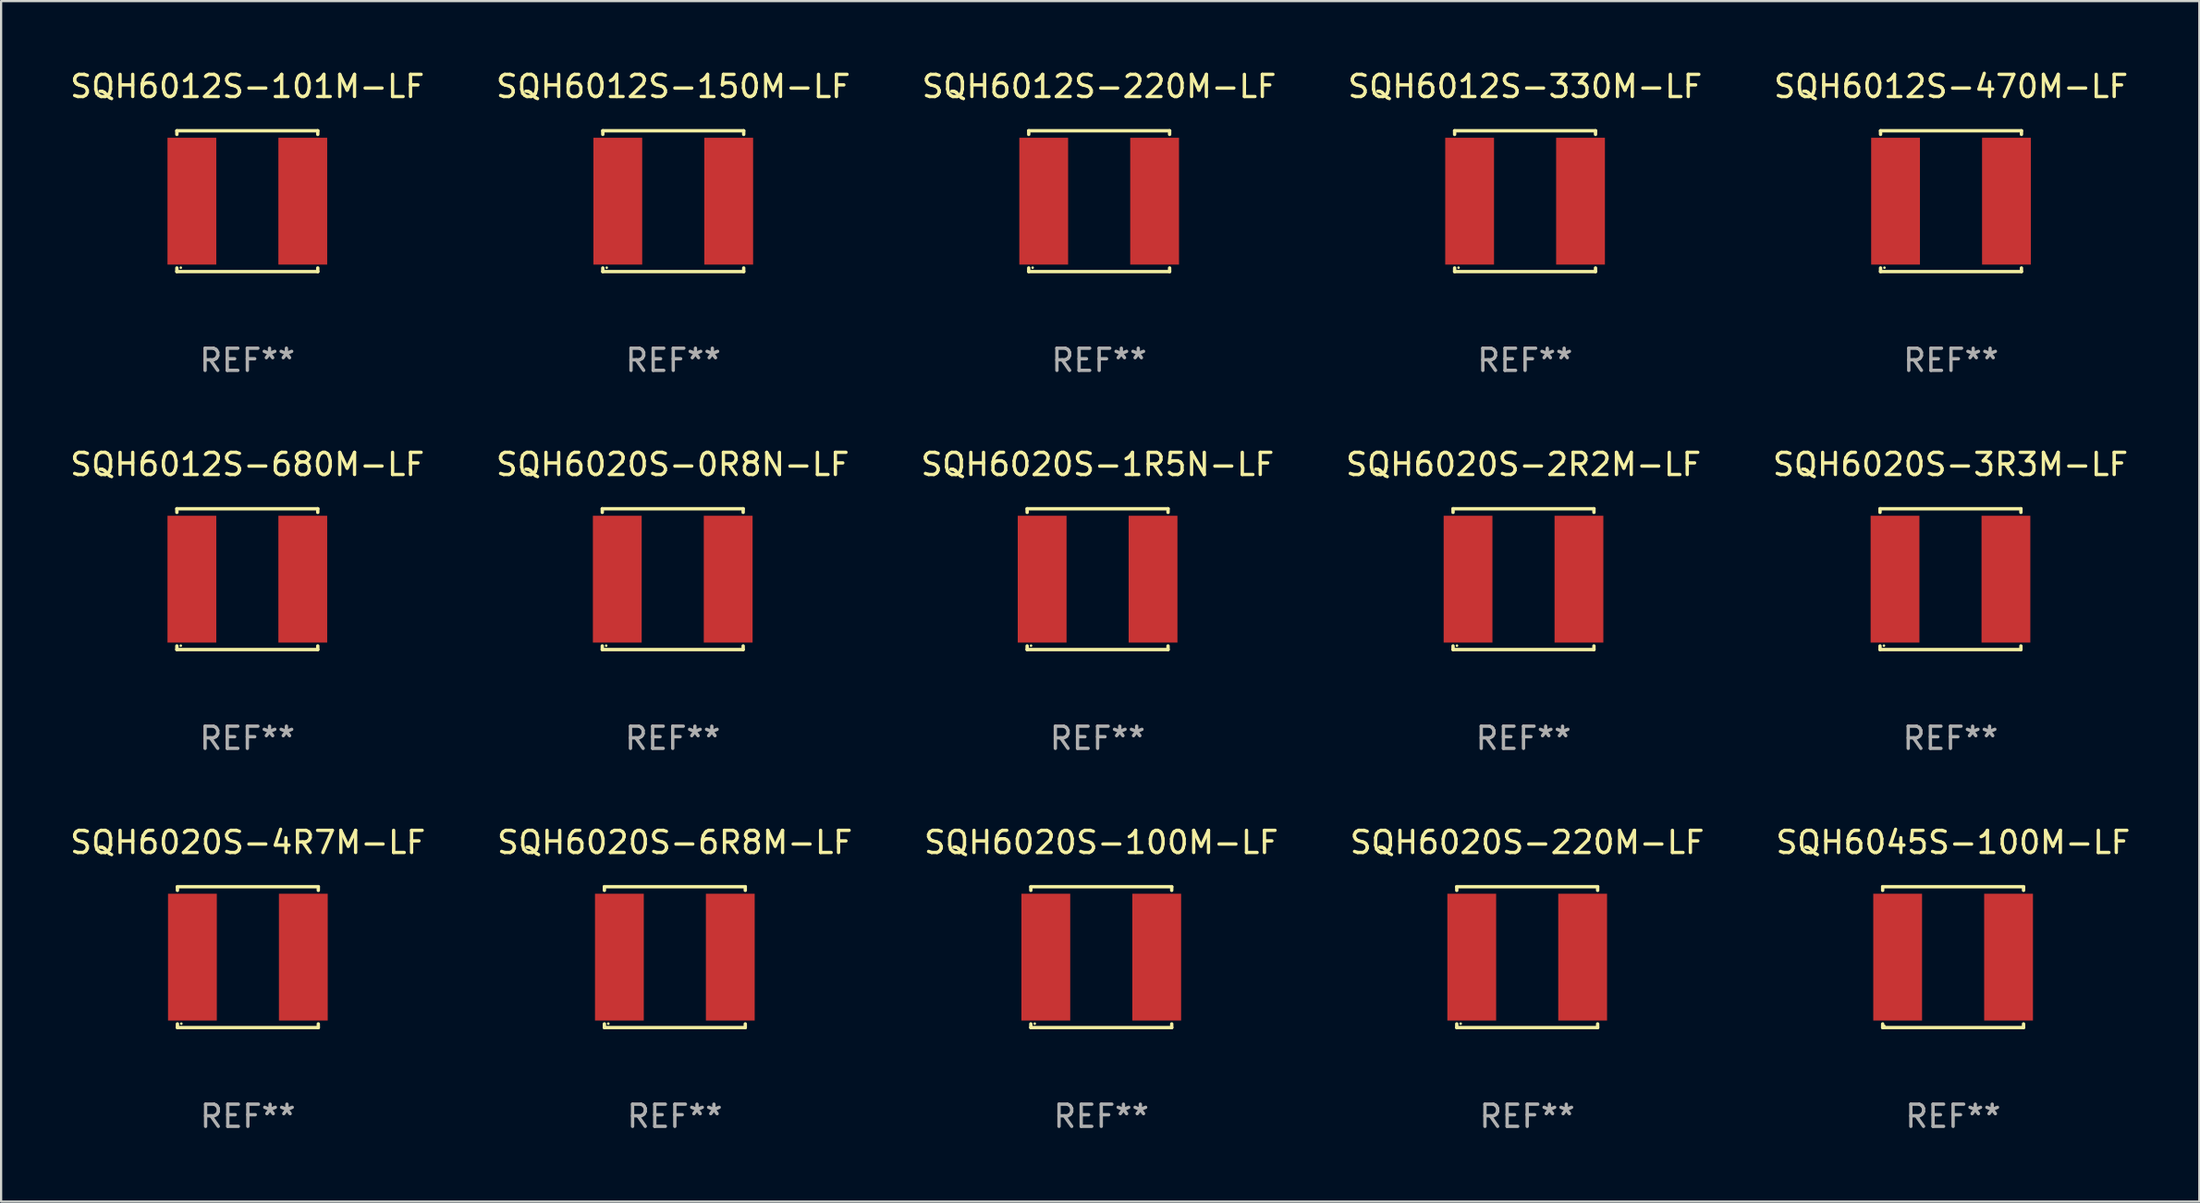
<source format=kicad_pcb>
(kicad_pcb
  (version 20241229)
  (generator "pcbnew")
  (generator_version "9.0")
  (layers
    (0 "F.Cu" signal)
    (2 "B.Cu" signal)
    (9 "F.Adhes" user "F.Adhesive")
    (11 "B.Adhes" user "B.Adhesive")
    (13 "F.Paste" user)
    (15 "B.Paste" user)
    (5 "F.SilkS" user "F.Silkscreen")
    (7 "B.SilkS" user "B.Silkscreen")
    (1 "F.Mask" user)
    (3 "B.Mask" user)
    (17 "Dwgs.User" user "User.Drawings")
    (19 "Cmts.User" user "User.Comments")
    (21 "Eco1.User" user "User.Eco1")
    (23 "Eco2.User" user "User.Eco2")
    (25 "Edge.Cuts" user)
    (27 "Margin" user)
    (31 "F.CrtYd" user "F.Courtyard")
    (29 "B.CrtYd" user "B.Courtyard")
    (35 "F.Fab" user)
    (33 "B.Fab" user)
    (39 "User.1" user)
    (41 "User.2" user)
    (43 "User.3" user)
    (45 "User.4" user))
  (footprint "SQH6012S-220M-LF"
    (layer "F.Cu")
    (at 46.506 6.024)
    (property "Reference" "SQH6012S-220M-LF" (at 0 -5.176 0) (layer "F.SilkS") (effects (font (size 1 1) (thickness 0.15))))
    (attr through_hole)
    (fp_line (start -3.176 -3.176) (end 3.176 -3.176) (stroke (width 0.152) (type solid)) (layer "F.SilkS"))
    (fp_line (start -3.176 -3.012) (end -3.176 -3.176) (stroke (width 0.152) (type solid)) (layer "F.SilkS"))
    (fp_line (start -3.176 3.012) (end -3.176 3.176) (stroke (width 0.152) (type solid)) (layer "F.SilkS"))
    (fp_line (start -3.176 3.176) (end 3.176 3.176) (stroke (width 0.152) (type solid)) (layer "F.SilkS"))
    (fp_line (start 3.176 -3.176) (end 3.176 -3.012) (stroke (width 0.152) (type solid)) (layer "F.SilkS"))
    (fp_line (start 3.176 3.176) (end 3.176 3.012) (stroke (width 0.152) (type solid)) (layer "F.SilkS"))
    (fp_circle (center -3 3) (end -2.97 3) (stroke (width 0.06) (type solid)) (fill no) (layer "F.SilkS"))
    (fp_text user "REF**" (at 0 7.176 0) (layer "F.Fab") (effects (font (size 1 1) (thickness 0.15))))
    (pad "1" smd rect (at -2.5 0) (size 2.2 5.72) (layers "F.Cu" "F.Mask" "F.Paste"))
    (pad "2" smd rect (at 2.5 0) (size 2.2 5.72) (layers "F.Cu" "F.Mask" "F.Paste")))
  (footprint "SQH6012S-470M-LF"
    (layer "F.Cu")
    (at 84.911 6.024)
    (property "Reference" "SQH6012S-470M-LF" (at 0 -5.176 0) (layer "F.SilkS") (effects (font (size 1 1) (thickness 0.15))))
    (attr through_hole)
    (fp_line (start -3.176 -3.176) (end 3.176 -3.176) (stroke (width 0.152) (type solid)) (layer "F.SilkS"))
    (fp_line (start -3.176 -3.012) (end -3.176 -3.176) (stroke (width 0.152) (type solid)) (layer "F.SilkS"))
    (fp_line (start -3.176 3.012) (end -3.176 3.176) (stroke (width 0.152) (type solid)) (layer "F.SilkS"))
    (fp_line (start -3.176 3.176) (end 3.176 3.176) (stroke (width 0.152) (type solid)) (layer "F.SilkS"))
    (fp_line (start 3.176 -3.176) (end 3.176 -3.012) (stroke (width 0.152) (type solid)) (layer "F.SilkS"))
    (fp_line (start 3.176 3.176) (end 3.176 3.012) (stroke (width 0.152) (type solid)) (layer "F.SilkS"))
    (fp_circle (center -3 3) (end -2.97 3) (stroke (width 0.06) (type solid)) (fill no) (layer "F.SilkS"))
    (fp_text user "REF**" (at 0 7.176 0) (layer "F.Fab") (effects (font (size 1 1) (thickness 0.15))))
    (pad "1" smd rect (at -2.5 0) (size 2.2 5.72) (layers "F.Cu" "F.Mask" "F.Paste"))
    (pad "2" smd rect (at 2.5 0) (size 2.2 5.72) (layers "F.Cu" "F.Mask" "F.Paste")))
  (footprint "SQH6045S-100M-LF"
    (layer "F.Cu")
    (at 85.006 40.122)
    (property "Reference" "SQH6045S-100M-LF" (at 0 -5.176 0) (layer "F.SilkS") (effects (font (size 1 1) (thickness 0.15))))
    (attr through_hole)
    (fp_line (start -3.176 -3.176) (end 3.176 -3.176) (stroke (width 0.152) (type solid)) (layer "F.SilkS"))
    (fp_line (start -3.176 -3.012) (end -3.176 -3.176) (stroke (width 0.152) (type solid)) (layer "F.SilkS"))
    (fp_line (start -3.176 3.012) (end -3.176 3.176) (stroke (width 0.152) (type solid)) (layer "F.SilkS"))
    (fp_line (start -3.176 3.176) (end 3.176 3.176) (stroke (width 0.152) (type solid)) (layer "F.SilkS"))
    (fp_line (start 3.176 -3.176) (end 3.176 -3.012) (stroke (width 0.152) (type solid)) (layer "F.SilkS"))
    (fp_line (start 3.176 3.176) (end 3.176 3.012) (stroke (width 0.152) (type solid)) (layer "F.SilkS"))
    (fp_circle (center -3.1 3.1) (end -3.07 3.1) (stroke (width 0.06) (type solid)) (fill no) (layer "F.SilkS"))
    (fp_text user "REF**" (at 0 7.176 0) (layer "F.Fab") (effects (font (size 1 1) (thickness 0.15))))
    (pad "1" smd rect (at -2.5 0) (size 2.2 5.72) (layers "F.Cu" "F.Mask" "F.Paste"))
    (pad "2" smd rect (at 2.5 0) (size 2.2 5.72) (layers "F.Cu" "F.Mask" "F.Paste")))
  (footprint "SQH6020S-2R2M-LF"
    (layer "F.Cu")
    (at 65.637 23.073)
    (property "Reference" "SQH6020S-2R2M-LF" (at 0 -5.176 0) (layer "F.SilkS") (effects (font (size 1 1) (thickness 0.15))))
    (attr through_hole)
    (fp_line (start -3.176 -3.176) (end 3.176 -3.176) (stroke (width 0.152) (type solid)) (layer "F.SilkS"))
    (fp_line (start -3.176 -3.012) (end -3.176 -3.176) (stroke (width 0.152) (type solid)) (layer "F.SilkS"))
    (fp_line (start -3.176 3.012) (end -3.176 3.176) (stroke (width 0.152) (type solid)) (layer "F.SilkS"))
    (fp_line (start -3.176 3.176) (end 3.176 3.176) (stroke (width 0.152) (type solid)) (layer "F.SilkS"))
    (fp_line (start 3.176 -3.176) (end 3.176 -3.012) (stroke (width 0.152) (type solid)) (layer "F.SilkS"))
    (fp_line (start 3.176 3.176) (end 3.176 3.012) (stroke (width 0.152) (type solid)) (layer "F.SilkS"))
    (fp_circle (center -3 3) (end -2.97 3) (stroke (width 0.06) (type solid)) (fill no) (layer "F.SilkS"))
    (fp_text user "REF**" (at 0 7.176 0) (layer "F.Fab") (effects (font (size 1 1) (thickness 0.15))))
    (pad "1" smd rect (at -2.5 0) (size 2.2 5.72) (layers "F.Cu" "F.Mask" "F.Paste"))
    (pad "2" smd rect (at 2.5 0) (size 2.2 5.72) (layers "F.Cu" "F.Mask" "F.Paste")))
  (footprint "SQH6020S-4R7M-LF"
    (layer "F.Cu")
    (at 8.125 40.122)
    (property "Reference" "SQH6020S-4R7M-LF" (at 0 -5.176 0) (layer "F.SilkS") (effects (font (size 1 1) (thickness 0.15))))
    (attr through_hole)
    (fp_line (start -3.176 -3.176) (end 3.176 -3.176) (stroke (width 0.152) (type solid)) (layer "F.SilkS"))
    (fp_line (start -3.176 -3.012) (end -3.176 -3.176) (stroke (width 0.152) (type solid)) (layer "F.SilkS"))
    (fp_line (start -3.176 3.012) (end -3.176 3.176) (stroke (width 0.152) (type solid)) (layer "F.SilkS"))
    (fp_line (start -3.176 3.176) (end 3.176 3.176) (stroke (width 0.152) (type solid)) (layer "F.SilkS"))
    (fp_line (start 3.176 -3.176) (end 3.176 -3.012) (stroke (width 0.152) (type solid)) (layer "F.SilkS"))
    (fp_line (start 3.176 3.176) (end 3.176 3.012) (stroke (width 0.152) (type solid)) (layer "F.SilkS"))
    (fp_circle (center -3 3) (end -2.97 3) (stroke (width 0.06) (type solid)) (fill no) (layer "F.SilkS"))
    (fp_text user "REF**" (at 0 7.176 0) (layer "F.Fab") (effects (font (size 1 1) (thickness 0.15))))
    (pad "1" smd rect (at -2.5 0) (size 2.2 5.72) (layers "F.Cu" "F.Mask" "F.Paste"))
    (pad "2" smd rect (at 2.5 0) (size 2.2 5.72) (layers "F.Cu" "F.Mask" "F.Paste")))
  (footprint "SQH6020S-1R5N-LF"
    (layer "F.Cu")
    (at 46.435 23.073)
    (property "Reference" "SQH6020S-1R5N-LF" (at 0 -5.176 0) (layer "F.SilkS") (effects (font (size 1 1) (thickness 0.15))))
    (attr through_hole)
    (fp_line (start -3.176 -3.176) (end 3.176 -3.176) (stroke (width 0.152) (type solid)) (layer "F.SilkS"))
    (fp_line (start -3.176 -3.012) (end -3.176 -3.176) (stroke (width 0.152) (type solid)) (layer "F.SilkS"))
    (fp_line (start -3.176 3.012) (end -3.176 3.176) (stroke (width 0.152) (type solid)) (layer "F.SilkS"))
    (fp_line (start -3.176 3.176) (end 3.176 3.176) (stroke (width 0.152) (type solid)) (layer "F.SilkS"))
    (fp_line (start 3.176 -3.176) (end 3.176 -3.012) (stroke (width 0.152) (type solid)) (layer "F.SilkS"))
    (fp_line (start 3.176 3.176) (end 3.176 3.012) (stroke (width 0.152) (type solid)) (layer "F.SilkS"))
    (fp_circle (center -3 3) (end -2.97 3) (stroke (width 0.06) (type solid)) (fill no) (layer "F.SilkS"))
    (fp_text user "REF**" (at 0 7.176 0) (layer "F.Fab") (effects (font (size 1 1) (thickness 0.15))))
    (pad "1" smd rect (at -2.5 0) (size 2.2 5.72) (layers "F.Cu" "F.Mask" "F.Paste"))
    (pad "2" smd rect (at 2.5 0) (size 2.2 5.72) (layers "F.Cu" "F.Mask" "F.Paste")))
  (footprint "SQH6012S-150M-LF"
    (layer "F.Cu")
    (at 27.304 6.024)
    (property "Reference" "SQH6012S-150M-LF" (at 0 -5.176 0) (layer "F.SilkS") (effects (font (size 1 1) (thickness 0.15))))
    (attr through_hole)
    (fp_line (start -3.176 -3.176) (end 3.176 -3.176) (stroke (width 0.152) (type solid)) (layer "F.SilkS"))
    (fp_line (start -3.176 -3.012) (end -3.176 -3.176) (stroke (width 0.152) (type solid)) (layer "F.SilkS"))
    (fp_line (start -3.176 3.012) (end -3.176 3.176) (stroke (width 0.152) (type solid)) (layer "F.SilkS"))
    (fp_line (start -3.176 3.176) (end 3.176 3.176) (stroke (width 0.152) (type solid)) (layer "F.SilkS"))
    (fp_line (start 3.176 -3.176) (end 3.176 -3.012) (stroke (width 0.152) (type solid)) (layer "F.SilkS"))
    (fp_line (start 3.176 3.176) (end 3.176 3.012) (stroke (width 0.152) (type solid)) (layer "F.SilkS"))
    (fp_circle (center -3 3) (end -2.97 3) (stroke (width 0.06) (type solid)) (fill no) (layer "F.SilkS"))
    (fp_text user "REF**" (at 0 7.176 0) (layer "F.Fab") (effects (font (size 1 1) (thickness 0.15))))
    (pad "1" smd rect (at -2.5 0) (size 2.2 5.72) (layers "F.Cu" "F.Mask" "F.Paste"))
    (pad "2" smd rect (at 2.5 0) (size 2.2 5.72) (layers "F.Cu" "F.Mask" "F.Paste")))
  (footprint "SQH6020S-0R8N-LF"
    (layer "F.Cu")
    (at 27.28 23.073)
    (property "Reference" "SQH6020S-0R8N-LF" (at 0 -5.176 0) (layer "F.SilkS") (effects (font (size 1 1) (thickness 0.15))))
    (attr through_hole)
    (fp_line (start -3.176 -3.176) (end 3.176 -3.176) (stroke (width 0.152) (type solid)) (layer "F.SilkS"))
    (fp_line (start -3.176 -3.012) (end -3.176 -3.176) (stroke (width 0.152) (type solid)) (layer "F.SilkS"))
    (fp_line (start -3.176 3.012) (end -3.176 3.176) (stroke (width 0.152) (type solid)) (layer "F.SilkS"))
    (fp_line (start -3.176 3.176) (end 3.176 3.176) (stroke (width 0.152) (type solid)) (layer "F.SilkS"))
    (fp_line (start 3.176 -3.176) (end 3.176 -3.012) (stroke (width 0.152) (type solid)) (layer "F.SilkS"))
    (fp_line (start 3.176 3.176) (end 3.176 3.012) (stroke (width 0.152) (type solid)) (layer "F.SilkS"))
    (fp_circle (center -3 3) (end -2.97 3) (stroke (width 0.06) (type solid)) (fill no) (layer "F.SilkS"))
    (fp_text user "REF**" (at 0 7.176 0) (layer "F.Fab") (effects (font (size 1 1) (thickness 0.15))))
    (pad "1" smd rect (at -2.5 0) (size 2.2 5.72) (layers "F.Cu" "F.Mask" "F.Paste"))
    (pad "2" smd rect (at 2.5 0) (size 2.2 5.72) (layers "F.Cu" "F.Mask" "F.Paste")))
  (footprint "SQH6020S-220M-LF"
    (layer "F.Cu")
    (at 65.804 40.122)
    (property "Reference" "SQH6020S-220M-LF" (at 0 -5.176 0) (layer "F.SilkS") (effects (font (size 1 1) (thickness 0.15))))
    (attr through_hole)
    (fp_line (start -3.176 -3.176) (end 3.176 -3.176) (stroke (width 0.152) (type solid)) (layer "F.SilkS"))
    (fp_line (start -3.176 -3.012) (end -3.176 -3.176) (stroke (width 0.152) (type solid)) (layer "F.SilkS"))
    (fp_line (start -3.176 3.012) (end -3.176 3.176) (stroke (width 0.152) (type solid)) (layer "F.SilkS"))
    (fp_line (start -3.176 3.176) (end 3.176 3.176) (stroke (width 0.152) (type solid)) (layer "F.SilkS"))
    (fp_line (start 3.176 -3.176) (end 3.176 -3.012) (stroke (width 0.152) (type solid)) (layer "F.SilkS"))
    (fp_line (start 3.176 3.176) (end 3.176 3.012) (stroke (width 0.152) (type solid)) (layer "F.SilkS"))
    (fp_circle (center -3 3) (end -2.97 3) (stroke (width 0.06) (type solid)) (fill no) (layer "F.SilkS"))
    (fp_text user "REF**" (at 0 7.176 0) (layer "F.Fab") (effects (font (size 1 1) (thickness 0.15))))
    (pad "1" smd rect (at -2.5 0) (size 2.2 5.72) (layers "F.Cu" "F.Mask" "F.Paste"))
    (pad "2" smd rect (at 2.5 0) (size 2.2 5.72) (layers "F.Cu" "F.Mask" "F.Paste")))
  (footprint "SQH6020S-6R8M-LF"
    (layer "F.Cu")
    (at 27.375 40.122)
    (property "Reference" "SQH6020S-6R8M-LF" (at 0 -5.176 0) (layer "F.SilkS") (effects (font (size 1 1) (thickness 0.15))))
    (attr through_hole)
    (fp_line (start -3.176 -3.176) (end 3.176 -3.176) (stroke (width 0.152) (type solid)) (layer "F.SilkS"))
    (fp_line (start -3.176 -3.012) (end -3.176 -3.176) (stroke (width 0.152) (type solid)) (layer "F.SilkS"))
    (fp_line (start -3.176 3.012) (end -3.176 3.176) (stroke (width 0.152) (type solid)) (layer "F.SilkS"))
    (fp_line (start -3.176 3.176) (end 3.176 3.176) (stroke (width 0.152) (type solid)) (layer "F.SilkS"))
    (fp_line (start 3.176 -3.176) (end 3.176 -3.012) (stroke (width 0.152) (type solid)) (layer "F.SilkS"))
    (fp_line (start 3.176 3.176) (end 3.176 3.012) (stroke (width 0.152) (type solid)) (layer "F.SilkS"))
    (fp_circle (center -3 3) (end -2.97 3) (stroke (width 0.06) (type solid)) (fill no) (layer "F.SilkS"))
    (fp_text user "REF**" (at 0 7.176 0) (layer "F.Fab") (effects (font (size 1 1) (thickness 0.15))))
    (pad "1" smd rect (at -2.5 0) (size 2.2 5.72) (layers "F.Cu" "F.Mask" "F.Paste"))
    (pad "2" smd rect (at 2.5 0) (size 2.2 5.72) (layers "F.Cu" "F.Mask" "F.Paste")))
  (footprint "SQH6012S-330M-LF"
    (layer "F.Cu")
    (at 65.708 6.024)
    (property "Reference" "SQH6012S-330M-LF" (at 0 -5.176 0) (layer "F.SilkS") (effects (font (size 1 1) (thickness 0.15))))
    (attr through_hole)
    (fp_line (start -3.176 -3.176) (end 3.176 -3.176) (stroke (width 0.152) (type solid)) (layer "F.SilkS"))
    (fp_line (start -3.176 -3.012) (end -3.176 -3.176) (stroke (width 0.152) (type solid)) (layer "F.SilkS"))
    (fp_line (start -3.176 3.012) (end -3.176 3.176) (stroke (width 0.152) (type solid)) (layer "F.SilkS"))
    (fp_line (start -3.176 3.176) (end 3.176 3.176) (stroke (width 0.152) (type solid)) (layer "F.SilkS"))
    (fp_line (start 3.176 -3.176) (end 3.176 -3.012) (stroke (width 0.152) (type solid)) (layer "F.SilkS"))
    (fp_line (start 3.176 3.176) (end 3.176 3.012) (stroke (width 0.152) (type solid)) (layer "F.SilkS"))
    (fp_circle (center -3 3) (end -2.97 3) (stroke (width 0.06) (type solid)) (fill no) (layer "F.SilkS"))
    (fp_text user "REF**" (at 0 7.176 0) (layer "F.Fab") (effects (font (size 1 1) (thickness 0.15))))
    (pad "1" smd rect (at -2.5 0) (size 2.2 5.72) (layers "F.Cu" "F.Mask" "F.Paste"))
    (pad "2" smd rect (at 2.5 0) (size 2.2 5.72) (layers "F.Cu" "F.Mask" "F.Paste")))
  (footprint "SQH6020S-100M-LF"
    (layer "F.Cu")
    (at 46.601 40.122)
    (property "Reference" "SQH6020S-100M-LF" (at 0 -5.176 0) (layer "F.SilkS") (effects (font (size 1 1) (thickness 0.15))))
    (attr through_hole)
    (fp_line (start -3.176 -3.176) (end 3.176 -3.176) (stroke (width 0.152) (type solid)) (layer "F.SilkS"))
    (fp_line (start -3.176 -3.012) (end -3.176 -3.176) (stroke (width 0.152) (type solid)) (layer "F.SilkS"))
    (fp_line (start -3.176 3.012) (end -3.176 3.176) (stroke (width 0.152) (type solid)) (layer "F.SilkS"))
    (fp_line (start -3.176 3.176) (end 3.176 3.176) (stroke (width 0.152) (type solid)) (layer "F.SilkS"))
    (fp_line (start 3.176 -3.176) (end 3.176 -3.012) (stroke (width 0.152) (type solid)) (layer "F.SilkS"))
    (fp_line (start 3.176 3.176) (end 3.176 3.012) (stroke (width 0.152) (type solid)) (layer "F.SilkS"))
    (fp_circle (center -3 3) (end -2.97 3) (stroke (width 0.06) (type solid)) (fill no) (layer "F.SilkS"))
    (fp_text user "REF**" (at 0 7.176 0) (layer "F.Fab") (effects (font (size 1 1) (thickness 0.15))))
    (pad "1" smd rect (at -2.5 0) (size 2.2 5.72) (layers "F.Cu" "F.Mask" "F.Paste"))
    (pad "2" smd rect (at 2.5 0) (size 2.2 5.72) (layers "F.Cu" "F.Mask" "F.Paste")))
  (footprint "SQH6020S-3R3M-LF"
    (layer "F.Cu")
    (at 84.887 23.073)
    (property "Reference" "SQH6020S-3R3M-LF" (at 0 -5.176 0) (layer "F.SilkS") (effects (font (size 1 1) (thickness 0.15))))
    (attr through_hole)
    (fp_line (start -3.176 -3.176) (end 3.176 -3.176) (stroke (width 0.152) (type solid)) (layer "F.SilkS"))
    (fp_line (start -3.176 -3.012) (end -3.176 -3.176) (stroke (width 0.152) (type solid)) (layer "F.SilkS"))
    (fp_line (start -3.176 3.012) (end -3.176 3.176) (stroke (width 0.152) (type solid)) (layer "F.SilkS"))
    (fp_line (start -3.176 3.176) (end 3.176 3.176) (stroke (width 0.152) (type solid)) (layer "F.SilkS"))
    (fp_line (start 3.176 -3.176) (end 3.176 -3.012) (stroke (width 0.152) (type solid)) (layer "F.SilkS"))
    (fp_line (start 3.176 3.176) (end 3.176 3.012) (stroke (width 0.152) (type solid)) (layer "F.SilkS"))
    (fp_circle (center -3 3) (end -2.97 3) (stroke (width 0.06) (type solid)) (fill no) (layer "F.SilkS"))
    (fp_text user "REF**" (at 0 7.176 0) (layer "F.Fab") (effects (font (size 1 1) (thickness 0.15))))
    (pad "1" smd rect (at -2.5 0) (size 2.2 5.72) (layers "F.Cu" "F.Mask" "F.Paste"))
    (pad "2" smd rect (at 2.5 0) (size 2.2 5.72) (layers "F.Cu" "F.Mask" "F.Paste")))
  (footprint "SQH6012S-101M-LF"
    (layer "F.Cu")
    (at 8.101 6.024)
    (property "Reference" "SQH6012S-101M-LF" (at 0 -5.176 0) (layer "F.SilkS") (effects (font (size 1 1) (thickness 0.15))))
    (attr through_hole)
    (fp_line (start -3.176 -3.176) (end 3.176 -3.176) (stroke (width 0.152) (type solid)) (layer "F.SilkS"))
    (fp_line (start -3.176 -3.012) (end -3.176 -3.176) (stroke (width 0.152) (type solid)) (layer "F.SilkS"))
    (fp_line (start -3.176 3.012) (end -3.176 3.176) (stroke (width 0.152) (type solid)) (layer "F.SilkS"))
    (fp_line (start -3.176 3.176) (end 3.176 3.176) (stroke (width 0.152) (type solid)) (layer "F.SilkS"))
    (fp_line (start 3.176 -3.176) (end 3.176 -3.012) (stroke (width 0.152) (type solid)) (layer "F.SilkS"))
    (fp_line (start 3.176 3.176) (end 3.176 3.012) (stroke (width 0.152) (type solid)) (layer "F.SilkS"))
    (fp_circle (center -3 3) (end -2.97 3) (stroke (width 0.06) (type solid)) (fill no) (layer "F.SilkS"))
    (fp_text user "REF**" (at 0 7.176 0) (layer "F.Fab") (effects (font (size 1 1) (thickness 0.15))))
    (pad "1" smd rect (at -2.5 0) (size 2.2 5.72) (layers "F.Cu" "F.Mask" "F.Paste"))
    (pad "2" smd rect (at 2.5 0) (size 2.2 5.72) (layers "F.Cu" "F.Mask" "F.Paste")))
  (footprint "SQH6012S-680M-LF"
    (layer "F.Cu")
    (at 8.101 23.073)
    (property "Reference" "SQH6012S-680M-LF" (at 0 -5.176 0) (layer "F.SilkS") (effects (font (size 1 1) (thickness 0.15))))
    (attr through_hole)
    (fp_line (start -3.176 -3.176) (end 3.176 -3.176) (stroke (width 0.152) (type solid)) (layer "F.SilkS"))
    (fp_line (start -3.176 -3.012) (end -3.176 -3.176) (stroke (width 0.152) (type solid)) (layer "F.SilkS"))
    (fp_line (start -3.176 3.012) (end -3.176 3.176) (stroke (width 0.152) (type solid)) (layer "F.SilkS"))
    (fp_line (start -3.176 3.176) (end 3.176 3.176) (stroke (width 0.152) (type solid)) (layer "F.SilkS"))
    (fp_line (start 3.176 -3.176) (end 3.176 -3.012) (stroke (width 0.152) (type solid)) (layer "F.SilkS"))
    (fp_line (start 3.176 3.176) (end 3.176 3.012) (stroke (width 0.152) (type solid)) (layer "F.SilkS"))
    (fp_circle (center -3 3) (end -2.97 3) (stroke (width 0.06) (type solid)) (fill no) (layer "F.SilkS"))
    (fp_text user "REF**" (at 0 7.176 0) (layer "F.Fab") (effects (font (size 1 1) (thickness 0.15))))
    (pad "1" smd rect (at -2.5 0) (size 2.2 5.72) (layers "F.Cu" "F.Mask" "F.Paste"))
    (pad "2" smd rect (at 2.5 0) (size 2.2 5.72) (layers "F.Cu" "F.Mask" "F.Paste")))
  (gr_rect
    (start -3 -3)
    (end 96.107 51.147)
    (stroke (width 0.1) (type default))
    (fill no)
    (layer "Edge.Cuts")))
</source>
